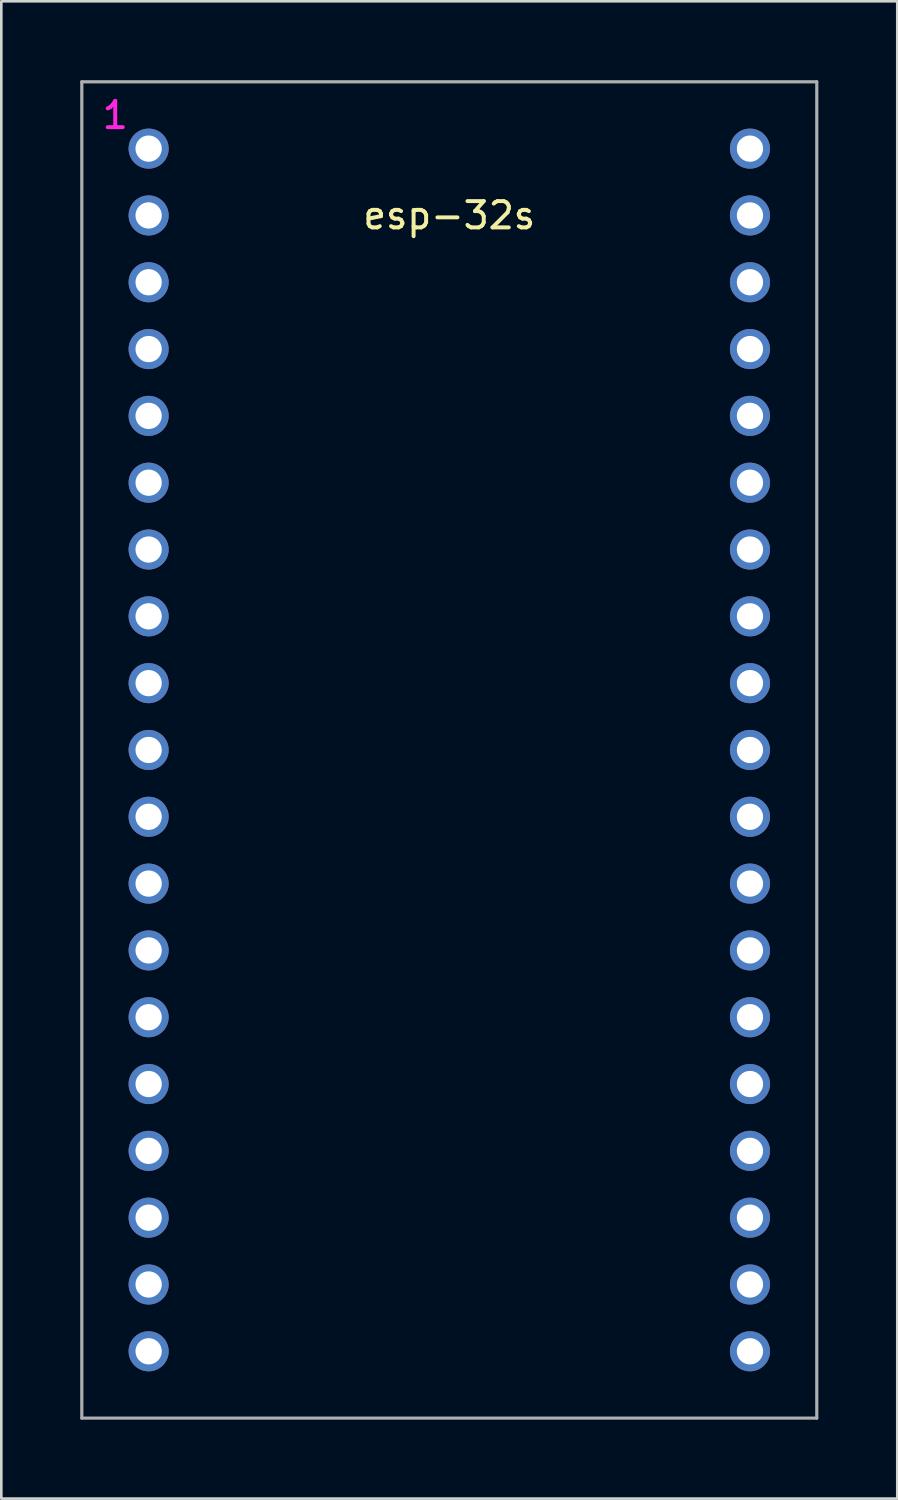
<source format=kicad_pcb>
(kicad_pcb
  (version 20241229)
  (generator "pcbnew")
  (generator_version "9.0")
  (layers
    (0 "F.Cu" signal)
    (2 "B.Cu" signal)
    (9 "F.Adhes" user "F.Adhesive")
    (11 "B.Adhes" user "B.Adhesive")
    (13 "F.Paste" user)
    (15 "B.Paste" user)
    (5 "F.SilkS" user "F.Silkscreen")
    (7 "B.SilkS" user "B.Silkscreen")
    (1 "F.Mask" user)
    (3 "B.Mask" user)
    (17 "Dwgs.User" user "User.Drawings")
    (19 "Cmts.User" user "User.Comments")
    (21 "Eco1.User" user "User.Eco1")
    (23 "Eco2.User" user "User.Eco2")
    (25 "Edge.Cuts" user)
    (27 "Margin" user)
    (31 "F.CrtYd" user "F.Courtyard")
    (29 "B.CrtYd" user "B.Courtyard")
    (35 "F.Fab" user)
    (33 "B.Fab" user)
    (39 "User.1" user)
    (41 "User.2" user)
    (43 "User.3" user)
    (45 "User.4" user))
  (footprint "esp-32s"
    (layer "F.Cu")
    (at 14.03 28)
    (property "Reference" "esp-32s" (at 0 -22.86 0) (layer "F.SilkS") (effects (font (size 1 1) (thickness 0.15))))
    (attr through_hole)
    (fp_line (start -13.97 -27.94) (end 13.97 -27.94) (stroke (width 0.12) (type solid)) (layer "F.Fab"))
    (fp_line (start -13.97 22.86) (end -13.97 -27.94) (stroke (width 0.12) (type solid)) (layer "F.Fab"))
    (fp_line (start 13.97 -27.94) (end 13.97 22.86) (stroke (width 0.12) (type solid)) (layer "F.Fab"))
    (fp_line (start 13.97 22.86) (end -13.97 22.86) (stroke (width 0.12) (type solid)) (layer "F.Fab"))
    (fp_text user "1" (at -12.7 -26.67 0) (layer "F.CrtYd") (effects (font (size 1 1) (thickness 0.15))))
    (pad "1" thru_hole circle (at -11.43 -25.4) (size 1.524 1.524) (drill 1) (layers "*.Cu" "*.Mask"))
    (pad "2" thru_hole circle (at -11.43 -22.86) (size 1.524 1.524) (drill 1) (layers "*.Cu" "*.Mask"))
    (pad "3" thru_hole circle (at -11.43 -20.32) (size 1.524 1.524) (drill 1) (layers "*.Cu" "*.Mask"))
    (pad "4" thru_hole circle (at -11.43 -17.78) (size 1.524 1.524) (drill 1) (layers "*.Cu" "*.Mask"))
    (pad "5" thru_hole circle (at -11.43 -15.24) (size 1.524 1.524) (drill 1) (layers "*.Cu" "*.Mask"))
    (pad "6" thru_hole circle (at -11.43 -12.7) (size 1.524 1.524) (drill 1) (layers "*.Cu" "*.Mask"))
    (pad "7" thru_hole circle (at -11.43 -10.16) (size 1.524 1.524) (drill 1) (layers "*.Cu" "*.Mask"))
    (pad "8" thru_hole circle (at -11.43 -7.62) (size 1.524 1.524) (drill 1) (layers "*.Cu" "*.Mask"))
    (pad "9" thru_hole circle (at -11.43 -5.08) (size 1.524 1.524) (drill 1) (layers "*.Cu" "*.Mask"))
    (pad "10" thru_hole circle (at -11.43 -2.54) (size 1.524 1.524) (drill 1) (layers "*.Cu" "*.Mask"))
    (pad "11" thru_hole circle (at -11.43 0) (size 1.524 1.524) (drill 1) (layers "*.Cu" "*.Mask"))
    (pad "12" thru_hole circle (at -11.43 2.54) (size 1.524 1.524) (drill 1) (layers "*.Cu" "*.Mask"))
    (pad "13" thru_hole circle (at -11.43 5.08) (size 1.524 1.524) (drill 1) (layers "*.Cu" "*.Mask"))
    (pad "14" thru_hole circle (at -11.43 7.62) (size 1.524 1.524) (drill 1) (layers "*.Cu" "*.Mask"))
    (pad "15" thru_hole circle (at -11.43 10.16) (size 1.524 1.524) (drill 1) (layers "*.Cu" "*.Mask"))
    (pad "16" thru_hole circle (at -11.43 12.7) (size 1.524 1.524) (drill 1) (layers "*.Cu" "*.Mask"))
    (pad "17" thru_hole circle (at -11.43 15.24) (size 1.524 1.524) (drill 1) (layers "*.Cu" "*.Mask"))
    (pad "18" thru_hole circle (at -11.43 17.78) (size 1.524 1.524) (drill 1) (layers "*.Cu" "*.Mask"))
    (pad "19" thru_hole circle (at -11.43 20.32) (size 1.524 1.524) (drill 1) (layers "*.Cu" "*.Mask"))
    (pad "20" thru_hole circle (at 11.43 -25.4) (size 1.524 1.524) (drill 1) (layers "*.Cu" "*.Mask"))
    (pad "21" thru_hole circle (at 11.43 -22.86) (size 1.524 1.524) (drill 1) (layers "*.Cu" "*.Mask"))
    (pad "22" thru_hole circle (at 11.43 -20.32) (size 1.524 1.524) (drill 1) (layers "*.Cu" "*.Mask"))
    (pad "23" thru_hole circle (at 11.43 -17.78) (size 1.524 1.524) (drill 1) (layers "*.Cu" "*.Mask"))
    (pad "24" thru_hole circle (at 11.43 -15.24) (size 1.524 1.524) (drill 1) (layers "*.Cu" "*.Mask"))
    (pad "25" thru_hole circle (at 11.43 -12.7) (size 1.524 1.524) (drill 1) (layers "*.Cu" "*.Mask"))
    (pad "26" thru_hole circle (at 11.43 -10.16) (size 1.524 1.524) (drill 1) (layers "*.Cu" "*.Mask"))
    (pad "27" thru_hole circle (at 11.43 -7.62) (size 1.524 1.524) (drill 1) (layers "*.Cu" "*.Mask"))
    (pad "28" thru_hole circle (at 11.43 -5.08) (size 1.524 1.524) (drill 1) (layers "*.Cu" "*.Mask"))
    (pad "29" thru_hole circle (at 11.43 -2.54) (size 1.524 1.524) (drill 1) (layers "*.Cu" "*.Mask"))
    (pad "30" thru_hole circle (at 11.43 0) (size 1.524 1.524) (drill 1) (layers "*.Cu" "*.Mask"))
    (pad "31" thru_hole circle (at 11.43 2.54) (size 1.524 1.524) (drill 1) (layers "*.Cu" "*.Mask"))
    (pad "32" thru_hole circle (at 11.43 5.08) (size 1.524 1.524) (drill 1) (layers "*.Cu" "*.Mask"))
    (pad "33" thru_hole circle (at 11.43 7.62) (size 1.524 1.524) (drill 1) (layers "*.Cu" "*.Mask"))
    (pad "34" thru_hole circle (at 11.43 10.16) (size 1.524 1.524) (drill 1) (layers "*.Cu" "*.Mask"))
    (pad "35" thru_hole circle (at 11.43 12.7) (size 1.524 1.524) (drill 1) (layers "*.Cu" "*.Mask"))
    (pad "36" thru_hole circle (at 11.43 15.24) (size 1.524 1.524) (drill 1) (layers "*.Cu" "*.Mask"))
    (pad "37" thru_hole circle (at 11.43 17.78) (size 1.524 1.524) (drill 1) (layers "*.Cu" "*.Mask"))
    (pad "38" thru_hole circle (at 11.43 20.32) (size 1.524 1.524) (drill 1) (layers "*.Cu" "*.Mask")))
  (gr_rect
    (start -3 -3)
    (end 31.06 53.92)
    (stroke (width 0.1) (type default))
    (fill no)
    (layer "Edge.Cuts")))
</source>
